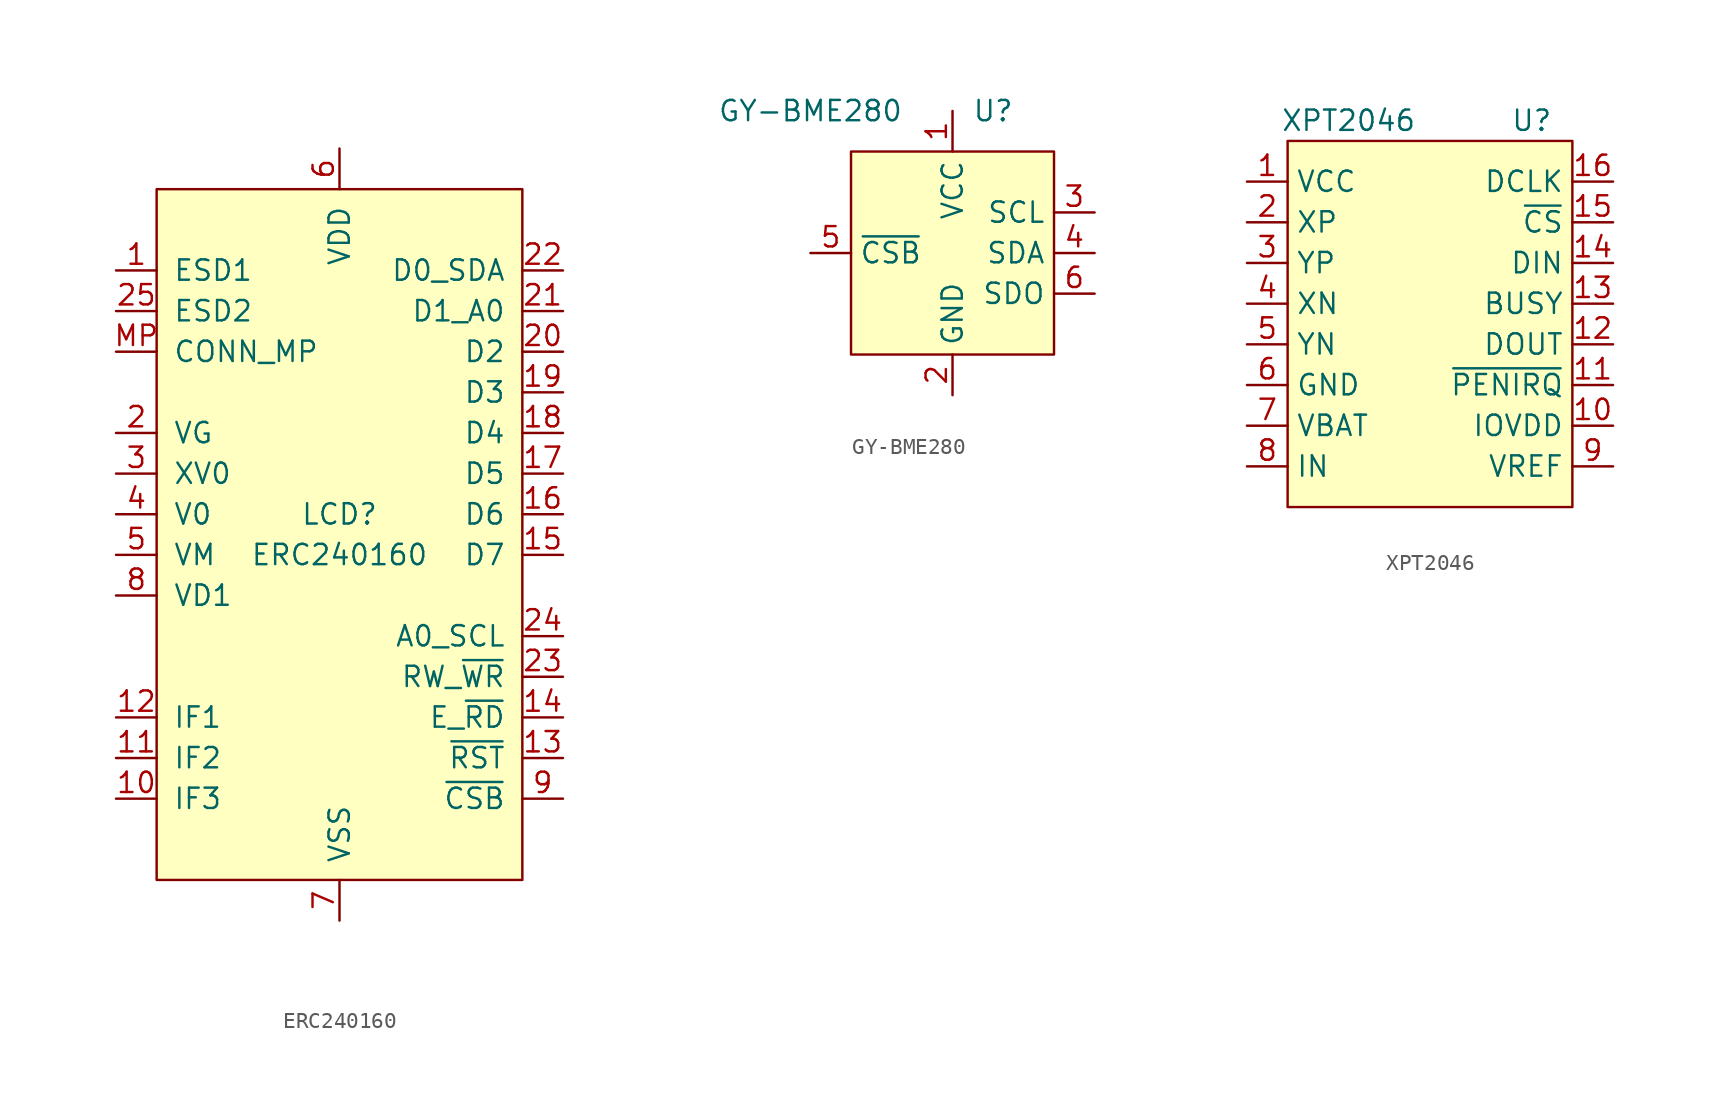
<source format=kicad_sym>
(kicad_symbol_lib
  (version 20211014)
  (generator kicad_symbol_editor)
  (symbol "ERC240160"
    (pin_names
      (offset 1.016))
    (property "Reference" "LCD"
      (at 0 1.27 0)
      (effects (font (size 1.27 1.27))))
    (property "Value" "ERC240160"
      (at 0 -1.27 0)
      (effects (font (size 1.27 1.27))))
    (symbol "ERC240160_0_1"
      (rectangle (start -11.43 21.59) (end 11.43 -21.59) (stroke (width 0) (type default) (color 0 0 0 0)) (fill (type background))))
    (symbol "ERC240160_1_1"
      (pin passive line (at -13.97 16.51 0) (length 2.54) (name "ESD1" (effects (font (size 1.27 1.27)))) (number "1" (effects (font (size 1.27 1.27)))))
      (pin input line (at -13.97 -16.51 0) (length 2.54) (name "IF3" (effects (font (size 1.27 1.27)))) (number "10" (effects (font (size 1.27 1.27)))))
      (pin input line (at -13.97 -13.97 0) (length 2.54) (name "IF2" (effects (font (size 1.27 1.27)))) (number "11" (effects (font (size 1.27 1.27)))))
      (pin input line (at -13.97 -11.43 0) (length 2.54) (name "IF1" (effects (font (size 1.27 1.27)))) (number "12" (effects (font (size 1.27 1.27)))))
      (pin input line (at 13.97 -13.97 180) (length 2.54) (name "~{RST}" (effects (font (size 1.27 1.27)))) (number "13" (effects (font (size 1.27 1.27)))))
      (pin input line (at 13.97 -11.43 180) (length 2.54) (name "E_~{RD}" (effects (font (size 1.27 1.27)))) (number "14" (effects (font (size 1.27 1.27)))))
      (pin bidirectional line (at 13.97 -1.27 180) (length 2.54) (name "D7" (effects (font (size 1.27 1.27)))) (number "15" (effects (font (size 1.27 1.27)))))
      (pin bidirectional line (at 13.97 1.27 180) (length 2.54) (name "D6" (effects (font (size 1.27 1.27)))) (number "16" (effects (font (size 1.27 1.27)))))
      (pin bidirectional line (at 13.97 3.81 180) (length 2.54) (name "D5" (effects (font (size 1.27 1.27)))) (number "17" (effects (font (size 1.27 1.27)))))
      (pin bidirectional line (at 13.97 6.35 180) (length 2.54) (name "D4" (effects (font (size 1.27 1.27)))) (number "18" (effects (font (size 1.27 1.27)))))
      (pin bidirectional line (at 13.97 8.89 180) (length 2.54) (name "D3" (effects (font (size 1.27 1.27)))) (number "19" (effects (font (size 1.27 1.27)))))
      (pin passive line (at -13.97 6.35 0) (length 2.54) (name "VG" (effects (font (size 1.27 1.27)))) (number "2" (effects (font (size 1.27 1.27)))))
      (pin bidirectional line (at 13.97 11.43 180) (length 2.54) (name "D2" (effects (font (size 1.27 1.27)))) (number "20" (effects (font (size 1.27 1.27)))))
      (pin bidirectional line (at 13.97 13.97 180) (length 2.54) (name "D1_A0" (effects (font (size 1.27 1.27)))) (number "21" (effects (font (size 1.27 1.27)))))
      (pin bidirectional line (at 13.97 16.51 180) (length 2.54) (name "D0_SDA" (effects (font (size 1.27 1.27)))) (number "22" (effects (font (size 1.27 1.27)))))
      (pin input line (at 13.97 -8.89 180) (length 2.54) (name "RW_~{WR}" (effects (font (size 1.27 1.27)))) (number "23" (effects (font (size 1.27 1.27)))))
      (pin input line (at 13.97 -6.35 180) (length 2.54) (name "A0_SCL" (effects (font (size 1.27 1.27)))) (number "24" (effects (font (size 1.27 1.27)))))
      (pin passive line (at -13.97 13.97 0) (length 2.54) (name "ESD2" (effects (font (size 1.27 1.27)))) (number "25" (effects (font (size 1.27 1.27)))))
      (pin passive line (at -13.97 3.81 0) (length 2.54) (name "XV0" (effects (font (size 1.27 1.27)))) (number "3" (effects (font (size 1.27 1.27)))))
      (pin passive line (at -13.97 1.27 0) (length 2.54) (name "V0" (effects (font (size 1.27 1.27)))) (number "4" (effects (font (size 1.27 1.27)))))
      (pin passive line (at -13.97 -1.27 0) (length 2.54) (name "VM" (effects (font (size 1.27 1.27)))) (number "5" (effects (font (size 1.27 1.27)))))
      (pin power_in line (at 0 24.13 270) (length 2.54) (name "VDD" (effects (font (size 1.27 1.27)))) (number "6" (effects (font (size 1.27 1.27)))))
      (pin power_in line (at 0 -24.13 90) (length 2.54) (name "VSS" (effects (font (size 1.27 1.27)))) (number "7" (effects (font (size 1.27 1.27)))))
      (pin passive line (at -13.97 -3.81 0) (length 2.54) (name "VD1" (effects (font (size 1.27 1.27)))) (number "8" (effects (font (size 1.27 1.27)))))
      (pin input line (at 13.97 -16.51 180) (length 2.54) (name "~{CSB}" (effects (font (size 1.27 1.27)))) (number "9" (effects (font (size 1.27 1.27)))))
      (pin passive line (at -13.97 11.43 0) (length 2.54) (name "CONN_MP" (effects (font (size 1.27 1.27)))) (number "MP" (effects (font (size 1.27 1.27)))))))
  (symbol "GY-BME280"
    (property "Reference" "U"
      (at 2.54 8.89 0)
      (effects (font (size 1.27 1.27))))
    (property "Value" "GY-BME280"
      (at -8.89 8.89 0)
      (effects (font (size 1.27 1.27))))
    (symbol "GY-BME280_0_1"
      (rectangle (start -6.35 6.35) (end 6.35 -6.35) (stroke (width 0) (type default) (color 0 0 0 0)) (fill (type background))))
    (symbol "GY-BME280_1_1"
      (pin power_in line (at 0 8.89 270) (length 2.54) (name "VCC" (effects (font (size 1.27 1.27)))) (number "1" (effects (font (size 1.27 1.27)))))
      (pin power_in line (at 0 -8.89 90) (length 2.54) (name "GND" (effects (font (size 1.27 1.27)))) (number "2" (effects (font (size 1.27 1.27)))))
      (pin input line (at 8.89 2.54 180) (length 2.54) (name "SCL" (effects (font (size 1.27 1.27)))) (number "3" (effects (font (size 1.27 1.27)))))
      (pin bidirectional line (at 8.89 0 180) (length 2.54) (name "SDA" (effects (font (size 1.27 1.27)))) (number "4" (effects (font (size 1.27 1.27)))))
      (pin input line (at -8.89 0 0) (length 2.54) (name "~{CSB}" (effects (font (size 1.27 1.27)))) (number "5" (effects (font (size 1.27 1.27)))))
      (pin output line (at 8.89 -2.54 180) (length 2.54) (name "SDO" (effects (font (size 1.27 1.27)))) (number "6" (effects (font (size 1.27 1.27)))))))
  (symbol "XPT2046"
    (property "Reference" "U"
      (at 6.35 12.7 0)
      (effects (font (size 1.27 1.27))))
    (property "Value" "XPT2046"
      (at -5.08 12.7 0)
      (effects (font (size 1.27 1.27))))
    (symbol "XPT2046_0_1"
      (rectangle (start -8.89 11.43) (end 8.89 -11.43) (stroke (width 0) (type default) (color 0 0 0 0)) (fill (type background))))
    (symbol "XPT2046_1_1"
      (pin power_in line (at -11.43 8.89 0) (length 2.54) (name "VCC" (effects (font (size 1.27 1.27)))) (number "1" (effects (font (size 1.27 1.27)))))
      (pin power_in line (at 11.43 -6.35 180) (length 2.54) (name "IOVDD" (effects (font (size 1.27 1.27)))) (number "10" (effects (font (size 1.27 1.27)))))
      (pin output line (at 11.43 -3.81 180) (length 2.54) (name "~{PENIRQ}" (effects (font (size 1.27 1.27)))) (number "11" (effects (font (size 1.27 1.27)))))
      (pin output line (at 11.43 -1.27 180) (length 2.54) (name "DOUT" (effects (font (size 1.27 1.27)))) (number "12" (effects (font (size 1.27 1.27)))))
      (pin output line (at 11.43 1.27 180) (length 2.54) (name "BUSY" (effects (font (size 1.27 1.27)))) (number "13" (effects (font (size 1.27 1.27)))))
      (pin input line (at 11.43 3.81 180) (length 2.54) (name "DIN" (effects (font (size 1.27 1.27)))) (number "14" (effects (font (size 1.27 1.27)))))
      (pin input line (at 11.43 6.35 180) (length 2.54) (name "~{CS}" (effects (font (size 1.27 1.27)))) (number "15" (effects (font (size 1.27 1.27)))))
      (pin passive line (at 11.43 8.89 180) (length 2.54) (name "DCLK" (effects (font (size 1.27 1.27)))) (number "16" (effects (font (size 1.27 1.27)))))
      (pin passive line (at -11.43 6.35 0) (length 2.54) (name "XP" (effects (font (size 1.27 1.27)))) (number "2" (effects (font (size 1.27 1.27)))))
      (pin passive line (at -11.43 3.81 0) (length 2.54) (name "YP" (effects (font (size 1.27 1.27)))) (number "3" (effects (font (size 1.27 1.27)))))
      (pin passive line (at -11.43 1.27 0) (length 2.54) (name "XN" (effects (font (size 1.27 1.27)))) (number "4" (effects (font (size 1.27 1.27)))))
      (pin passive line (at -11.43 -1.27 0) (length 2.54) (name "YN" (effects (font (size 1.27 1.27)))) (number "5" (effects (font (size 1.27 1.27)))))
      (pin power_in line (at -11.43 -3.81 0) (length 2.54) (name "GND" (effects (font (size 1.27 1.27)))) (number "6" (effects (font (size 1.27 1.27)))))
      (pin passive line (at -11.43 -6.35 0) (length 2.54) (name "VBAT" (effects (font (size 1.27 1.27)))) (number "7" (effects (font (size 1.27 1.27)))))
      (pin passive line (at -11.43 -8.89 0) (length 2.54) (name "IN" (effects (font (size 1.27 1.27)))) (number "8" (effects (font (size 1.27 1.27)))))
      (pin passive line (at 11.43 -8.89 180) (length 2.54) (name "VREF" (effects (font (size 1.27 1.27)))) (number "9" (effects (font (size 1.27 1.27))))))))
</source>
